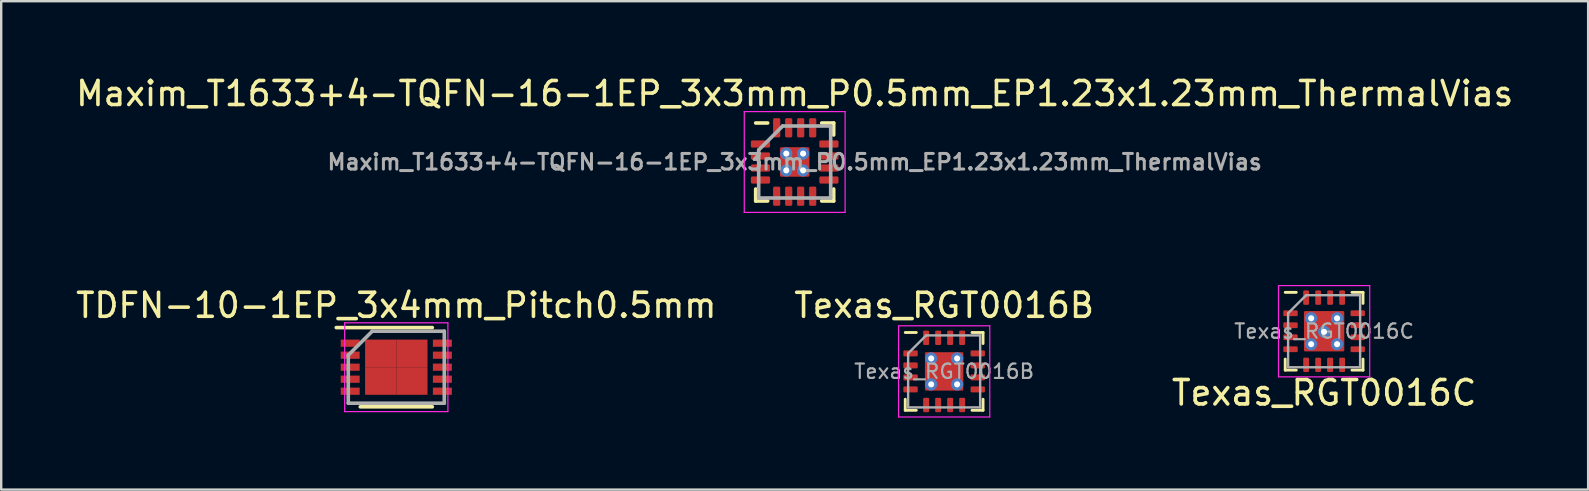
<source format=kicad_pcb>
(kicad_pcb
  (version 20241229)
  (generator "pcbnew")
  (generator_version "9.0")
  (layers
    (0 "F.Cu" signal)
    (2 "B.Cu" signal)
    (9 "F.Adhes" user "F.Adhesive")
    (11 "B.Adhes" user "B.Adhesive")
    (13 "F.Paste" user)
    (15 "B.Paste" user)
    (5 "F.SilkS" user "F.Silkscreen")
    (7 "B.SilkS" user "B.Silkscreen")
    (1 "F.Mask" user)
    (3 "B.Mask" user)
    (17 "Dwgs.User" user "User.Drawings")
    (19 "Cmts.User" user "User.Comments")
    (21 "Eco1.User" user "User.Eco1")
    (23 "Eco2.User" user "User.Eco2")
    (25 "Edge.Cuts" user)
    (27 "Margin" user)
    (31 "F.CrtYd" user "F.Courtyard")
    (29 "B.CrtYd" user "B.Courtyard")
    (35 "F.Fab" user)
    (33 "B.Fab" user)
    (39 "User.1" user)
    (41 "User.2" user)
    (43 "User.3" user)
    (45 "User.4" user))
  (footprint "Maxim_T1633+4-TQFN-16-1EP_3x3mm_P0.5mm_EP1.23x1.23mm_ThermalVias"
    (layer "F.Cu")
    (at 30.054 3.698)
    (property "Reference" "Maxim_T1633+4-TQFN-16-1EP_3x3mm_P0.5mm_EP1.23x1.23mm_ThermalVias" (at 0 -2.85 0) (layer "F.SilkS") (effects (font (size 1 1) (thickness 0.15))))
    (attr smd)
    (fp_line (start -1.625 -1.625) (end -1.125 -1.625) (stroke (width 0.15) (type solid)) (layer "F.SilkS"))
    (fp_line (start -1.625 1.625) (end -1.625 1.125) (stroke (width 0.15) (type solid)) (layer "F.SilkS"))
    (fp_line (start -1.625 1.625) (end -1.125 1.625) (stroke (width 0.15) (type solid)) (layer "F.SilkS"))
    (fp_line (start 1.625 -1.625) (end 1.125 -1.625) (stroke (width 0.15) (type solid)) (layer "F.SilkS"))
    (fp_line (start 1.625 -1.625) (end 1.625 -1.125) (stroke (width 0.15) (type solid)) (layer "F.SilkS"))
    (fp_line (start 1.625 1.625) (end 1.125 1.625) (stroke (width 0.15) (type solid)) (layer "F.SilkS"))
    (fp_line (start 1.625 1.625) (end 1.625 1.125) (stroke (width 0.15) (type solid)) (layer "F.SilkS"))
    (fp_line (start -2.1 -2.1) (end -2.1 2.1) (stroke (width 0.05) (type solid)) (layer "F.CrtYd"))
    (fp_line (start -2.1 -2.1) (end 2.1 -2.1) (stroke (width 0.05) (type solid)) (layer "F.CrtYd"))
    (fp_line (start -2.1 2.1) (end 2.1 2.1) (stroke (width 0.05) (type solid)) (layer "F.CrtYd"))
    (fp_line (start 2.1 -2.1) (end 2.1 2.1) (stroke (width 0.05) (type solid)) (layer "F.CrtYd"))
    (fp_line (start -1.5 -0.5) (end -0.5 -1.5) (stroke (width 0.15) (type solid)) (layer "F.Fab"))
    (fp_line (start -1.5 1.5) (end -1.5 -0.5) (stroke (width 0.15) (type solid)) (layer "F.Fab"))
    (fp_line (start -0.5 -1.5) (end 1.5 -1.5) (stroke (width 0.15) (type solid)) (layer "F.Fab"))
    (fp_line (start 1.5 -1.5) (end 1.5 1.5) (stroke (width 0.15) (type solid)) (layer "F.Fab"))
    (fp_line (start 1.5 1.5) (end -1.5 1.5) (stroke (width 0.15) (type solid)) (layer "F.Fab"))
    (fp_text user "${REFERENCE}" (at 0 0 0) (layer "F.Fab") (effects (font (size 0.65 0.65) (thickness 0.125))))
    (pad "" smd roundrect (at -0.307 -0.307) (size 0.465 0.465) (layers "F.Paste") (roundrect_rratio 0.05))
    (pad "" smd roundrect (at -0.307 0.307) (size 0.465 0.465) (layers "F.Paste") (roundrect_rratio 0.05))
    (pad "" smd roundrect (at 0.307 -0.307) (size 0.465 0.465) (layers "F.Paste") (roundrect_rratio 0.05))
    (pad "" smd roundrect (at 0.307 0.307) (size 0.465 0.465) (layers "F.Paste") (roundrect_rratio 0.05))
    (pad "1" smd roundrect (at -1.425 -0.75) (size 0.8 0.3) (layers "F.Cu" "F.Mask" "F.Paste") (roundrect_rratio 0.2))
    (pad "2" smd roundrect (at -1.425 -0.25) (size 0.8 0.3) (layers "F.Cu" "F.Mask" "F.Paste") (roundrect_rratio 0.2))
    (pad "3" smd roundrect (at -1.425 0.25) (size 0.8 0.3) (layers "F.Cu" "F.Mask" "F.Paste") (roundrect_rratio 0.2))
    (pad "4" smd roundrect (at -1.425 0.75) (size 0.8 0.3) (layers "F.Cu" "F.Mask" "F.Paste") (roundrect_rratio 0.2))
    (pad "5" smd roundrect (at -0.75 1.425 90) (size 0.8 0.3) (layers "F.Cu" "F.Mask" "F.Paste") (roundrect_rratio 0.2))
    (pad "6" smd roundrect (at -0.25 1.425 90) (size 0.8 0.3) (layers "F.Cu" "F.Mask" "F.Paste") (roundrect_rratio 0.2))
    (pad "7" smd roundrect (at 0.25 1.425 90) (size 0.8 0.3) (layers "F.Cu" "F.Mask" "F.Paste") (roundrect_rratio 0.2))
    (pad "8" smd roundrect (at 0.75 1.425 90) (size 0.8 0.3) (layers "F.Cu" "F.Mask" "F.Paste") (roundrect_rratio 0.2))
    (pad "9" smd roundrect (at 1.425 0.75) (size 0.8 0.3) (layers "F.Cu" "F.Mask" "F.Paste") (roundrect_rratio 0.2))
    (pad "10" smd roundrect (at 1.425 0.25) (size 0.8 0.3) (layers "F.Cu" "F.Mask" "F.Paste") (roundrect_rratio 0.2))
    (pad "11" smd roundrect (at 1.425 -0.25) (size 0.8 0.3) (layers "F.Cu" "F.Mask" "F.Paste") (roundrect_rratio 0.2))
    (pad "12" smd roundrect (at 1.425 -0.75) (size 0.8 0.3) (layers "F.Cu" "F.Mask" "F.Paste") (roundrect_rratio 0.2))
    (pad "13" smd roundrect (at 0.75 -1.425 90) (size 0.8 0.3) (layers "F.Cu" "F.Mask" "F.Paste") (roundrect_rratio 0.2))
    (pad "14" smd roundrect (at 0.25 -1.425 90) (size 0.8 0.3) (layers "F.Cu" "F.Mask" "F.Paste") (roundrect_rratio 0.2))
    (pad "15" smd roundrect (at -0.25 -1.425 90) (size 0.8 0.3) (layers "F.Cu" "F.Mask" "F.Paste") (roundrect_rratio 0.2))
    (pad "16" smd roundrect (at -0.75 -1.425 90) (size 0.8 0.3) (layers "F.Cu" "F.Mask" "F.Paste") (roundrect_rratio 0.2))
    (pad "17" thru_hole circle (at -0.35 -0.35) (size 0.508 0.508) (drill 0.254) (layers "*.Cu"))
    (pad "17" thru_hole circle (at -0.35 0.35) (size 0.508 0.508) (drill 0.254) (layers "*.Cu"))
    (pad "17" smd roundrect (at 0 0) (size 1.23 1.23) (layers "F.Cu" "F.Mask") (roundrect_rratio 0.05))
    (pad "17" thru_hole circle (at 0.35 -0.35) (size 0.508 0.508) (drill 0.254) (layers "*.Cu"))
    (pad "17" thru_hole circle (at 0.35 0.35) (size 0.508 0.508) (drill 0.254) (layers "*.Cu")))
  (footprint "TDFN-10-1EP_3x4mm_Pitch0.5mm"
    (layer "F.Cu")
    (at 13.458 12.246)
    (property "Reference" "TDFN-10-1EP_3x4mm_Pitch0.5mm" (at 0 -2.575 0) (layer "F.SilkS") (effects (font (size 1 1) (thickness 0.15))))
    (attr smd)
    (fp_line (start -2.5 -1.65) (end 1.5 -1.65) (stroke (width 0.15) (type solid)) (layer "F.SilkS"))
    (fp_line (start -1.5 1.65) (end 1.5 1.65) (stroke (width 0.15) (type solid)) (layer "F.SilkS"))
    (fp_line (start -2.15 -1.85) (end -2.15 1.85) (stroke (width 0.05) (type solid)) (layer "F.CrtYd"))
    (fp_line (start -2.15 -1.85) (end 2.15 -1.85) (stroke (width 0.05) (type solid)) (layer "F.CrtYd"))
    (fp_line (start -2.15 1.85) (end 2.15 1.85) (stroke (width 0.05) (type solid)) (layer "F.CrtYd"))
    (fp_line (start 2.15 -1.85) (end 2.15 1.85) (stroke (width 0.05) (type solid)) (layer "F.CrtYd"))
    (fp_line (start -2 -0.5) (end -1 -1.5) (stroke (width 0.15) (type solid)) (layer "F.Fab"))
    (fp_line (start -2 1.5) (end -2 -0.5) (stroke (width 0.15) (type solid)) (layer "F.Fab"))
    (fp_line (start -1 -1.5) (end 2 -1.5) (stroke (width 0.15) (type solid)) (layer "F.Fab"))
    (fp_line (start 2 -1.5) (end 2 1.5) (stroke (width 0.15) (type solid)) (layer "F.Fab"))
    (fp_line (start 2 1.5) (end -2 1.5) (stroke (width 0.15) (type solid)) (layer "F.Fab"))
    (pad "1" smd rect (at -1.92 -1) (size 0.79 0.3) (layers "F.Cu" "F.Mask" "F.Paste"))
    (pad "2" smd rect (at -1.92 -0.5) (size 0.79 0.3) (layers "F.Cu" "F.Mask" "F.Paste"))
    (pad "3" smd rect (at -1.92 0) (size 0.79 0.3) (layers "F.Cu" "F.Mask" "F.Paste"))
    (pad "4" smd rect (at -1.92 0.5) (size 0.79 0.3) (layers "F.Cu" "F.Mask" "F.Paste"))
    (pad "5" smd rect (at -1.92 1) (size 0.79 0.3) (layers "F.Cu" "F.Mask" "F.Paste"))
    (pad "6" smd rect (at 1.92 1) (size 0.79 0.3) (layers "F.Cu" "F.Mask" "F.Paste"))
    (pad "7" smd rect (at 1.92 0.5) (size 0.79 0.3) (layers "F.Cu" "F.Mask" "F.Paste"))
    (pad "8" smd rect (at 1.92 0) (size 0.79 0.3) (layers "F.Cu" "F.Mask" "F.Paste"))
    (pad "9" smd rect (at 1.92 -0.5) (size 0.79 0.3) (layers "F.Cu" "F.Mask" "F.Paste"))
    (pad "10" smd rect (at 1.92 -1) (size 0.79 0.3) (layers "F.Cu" "F.Mask" "F.Paste"))
    (pad "11" smd rect (at -0.65 -0.575) (size 1.3 1.15) (layers "F.Cu" "F.Mask" "F.Paste"))
    (pad "11" smd rect (at -0.65 0.575) (size 1.3 1.15) (layers "F.Cu" "F.Mask" "F.Paste"))
    (pad "11" smd rect (at 0.65 -0.575) (size 1.3 1.15) (layers "F.Cu" "F.Mask" "F.Paste"))
    (pad "11" smd rect (at 0.65 0.575) (size 1.3 1.15) (layers "F.Cu" "F.Mask" "F.Paste")))
  (footprint "Texas_RGT0016C"
    (layer "F.Cu")
    (at 52.108 10.748)
    (property "Reference" "Texas_RGT0016C" (at 0 2.565 0) (layer "F.SilkS") (effects (font (size 1.016 1.016) (thickness 0.152))))
    (attr smd)
    (fp_line (start -1.62 1.62) (end -1.62 1.16) (stroke (width 0.12) (type solid)) (layer "F.SilkS"))
    (fp_line (start -1.16 -1.62) (end -1.62 -1.62) (stroke (width 0.12) (type solid)) (layer "F.SilkS"))
    (fp_line (start -1.16 1.62) (end -1.62 1.62) (stroke (width 0.12) (type solid)) (layer "F.SilkS"))
    (fp_line (start 1.16 -1.62) (end 1.62 -1.62) (stroke (width 0.12) (type solid)) (layer "F.SilkS"))
    (fp_line (start 1.16 1.62) (end 1.62 1.62) (stroke (width 0.12) (type solid)) (layer "F.SilkS"))
    (fp_line (start 1.62 -1.62) (end 1.62 -1.16) (stroke (width 0.12) (type solid)) (layer "F.SilkS"))
    (fp_line (start 1.62 1.62) (end 1.62 1.16) (stroke (width 0.12) (type solid)) (layer "F.SilkS"))
    (fp_line (start -1.9 -1.9) (end -1.9 1.9) (stroke (width 0.05) (type solid)) (layer "F.CrtYd"))
    (fp_line (start -1.9 1.9) (end 1.9 1.9) (stroke (width 0.05) (type solid)) (layer "F.CrtYd"))
    (fp_line (start 1.9 -1.9) (end -1.9 -1.9) (stroke (width 0.05) (type solid)) (layer "F.CrtYd"))
    (fp_line (start 1.9 1.9) (end 1.9 -1.9) (stroke (width 0.05) (type solid)) (layer "F.CrtYd"))
    (fp_line (start -1.5 -0.75) (end -1.5 1.5) (stroke (width 0.1) (type solid)) (layer "F.Fab"))
    (fp_line (start -1.5 1.5) (end 1.5 1.5) (stroke (width 0.1) (type solid)) (layer "F.Fab"))
    (fp_line (start -0.75 -1.5) (end -1.5 -0.75) (stroke (width 0.1) (type solid)) (layer "F.Fab"))
    (fp_line (start 1.5 -1.5) (end -0.75 -1.5) (stroke (width 0.1) (type solid)) (layer "F.Fab"))
    (fp_line (start 1.5 1.5) (end 1.5 -1.5) (stroke (width 0.1) (type solid)) (layer "F.Fab"))
    (fp_text user "${REFERENCE}" (at 0 0 0) (layer "F.Fab") (effects (font (size 0.6 0.6) (thickness 0.09))))
    (pad "1" smd roundrect (at -1.4 -0.75) (size 0.6 0.24) (layers "F.Cu" "F.Mask" "F.Paste") (roundrect_rratio 0.2))
    (pad "2" smd roundrect (at -1.4 -0.25) (size 0.6 0.24) (layers "F.Cu" "F.Mask" "F.Paste") (roundrect_rratio 0.2))
    (pad "3" smd roundrect (at -1.4 0.25) (size 0.6 0.24) (layers "F.Cu" "F.Mask" "F.Paste") (roundrect_rratio 0.2))
    (pad "4" smd roundrect (at -1.4 0.75) (size 0.6 0.24) (layers "F.Cu" "F.Mask" "F.Paste") (roundrect_rratio 0.2))
    (pad "5" smd roundrect (at -0.75 1.4) (size 0.24 0.6) (layers "F.Cu" "F.Mask" "F.Paste") (roundrect_rratio 0.2))
    (pad "6" smd roundrect (at -0.25 1.4) (size 0.24 0.6) (layers "F.Cu" "F.Mask" "F.Paste") (roundrect_rratio 0.2))
    (pad "7" smd roundrect (at 0.25 1.4) (size 0.25 0.6) (layers "F.Cu" "F.Mask" "F.Paste") (roundrect_rratio 0.2))
    (pad "8" smd roundrect (at 0.75 1.4) (size 0.24 0.6) (layers "F.Cu" "F.Mask" "F.Paste") (roundrect_rratio 0.2))
    (pad "9" smd roundrect (at 1.4 0.75) (size 0.6 0.24) (layers "F.Cu" "F.Mask" "F.Paste") (roundrect_rratio 0.2))
    (pad "10" smd roundrect (at 1.4 0.25) (size 0.6 0.24) (layers "F.Cu" "F.Mask" "F.Paste") (roundrect_rratio 0.2))
    (pad "11" smd roundrect (at 1.4 -0.25) (size 0.6 0.24) (layers "F.Cu" "F.Mask" "F.Paste") (roundrect_rratio 0.2))
    (pad "12" smd roundrect (at 1.4 -0.75) (size 0.6 0.24) (layers "F.Cu" "F.Mask" "F.Paste") (roundrect_rratio 0.2))
    (pad "13" smd roundrect (at 0.75 -1.4) (size 0.24 0.6) (layers "F.Cu" "F.Mask" "F.Paste") (roundrect_rratio 0.2))
    (pad "14" smd roundrect (at 0.25 -1.4) (size 0.24 0.6) (layers "F.Cu" "F.Mask" "F.Paste") (roundrect_rratio 0.2))
    (pad "15" smd roundrect (at -0.25 -1.4) (size 0.24 0.6) (layers "F.Cu" "F.Mask" "F.Paste") (roundrect_rratio 0.2))
    (pad "16" smd roundrect (at -0.75 -1.4) (size 0.24 0.6) (layers "F.Cu" "F.Mask" "F.Paste") (roundrect_rratio 0.2))
    (pad "17" thru_hole circle (at -0.54 -0.54) (size 0.508 0.508) (drill 0.254) (layers "*.Cu" "F.Mask"))
    (pad "17" thru_hole circle (at -0.54 0.54) (size 0.508 0.508) (drill 0.254) (layers "*.Cu" "F.Mask"))
    (pad "17" smd roundrect (at 0 0) (size 1.68 1.68) (layers "F.Cu" "F.Mask" "F.Paste") (roundrect_rratio 0.031))
    (pad "17" thru_hole circle (at 0 0.025) (size 0.508 0.508) (drill 0.254) (layers "*.Cu" "F.Mask"))
    (pad "17" thru_hole circle (at 0.54 -0.54) (size 0.508 0.508) (drill 0.254) (layers "*.Cu" "F.Mask"))
    (pad "17" thru_hole circle (at 0.54 0.54) (size 0.508 0.508) (drill 0.254) (layers "*.Cu" "F.Mask")))
  (footprint "Texas_RGT0016B"
    (layer "F.Cu")
    (at 36.28 12.421)
    (property "Reference" "Texas_RGT0016B" (at 0 -2.75 0) (layer "F.SilkS") (effects (font (size 1 1) (thickness 0.15))))
    (attr smd)
    (fp_line (start -1.62 1.62) (end -1.62 1.16) (stroke (width 0.12) (type solid)) (layer "F.SilkS"))
    (fp_line (start -1.16 -1.62) (end -1.62 -1.62) (stroke (width 0.12) (type solid)) (layer "F.SilkS"))
    (fp_line (start -1.16 1.62) (end -1.62 1.62) (stroke (width 0.12) (type solid)) (layer "F.SilkS"))
    (fp_line (start 1.16 -1.62) (end 1.62 -1.62) (stroke (width 0.12) (type solid)) (layer "F.SilkS"))
    (fp_line (start 1.16 1.62) (end 1.62 1.62) (stroke (width 0.12) (type solid)) (layer "F.SilkS"))
    (fp_line (start 1.62 -1.62) (end 1.62 -1.16) (stroke (width 0.12) (type solid)) (layer "F.SilkS"))
    (fp_line (start 1.62 1.62) (end 1.62 1.16) (stroke (width 0.12) (type solid)) (layer "F.SilkS"))
    (fp_line (start -1.9 -1.9) (end -1.9 1.9) (stroke (width 0.05) (type solid)) (layer "F.CrtYd"))
    (fp_line (start -1.9 1.9) (end 1.9 1.9) (stroke (width 0.05) (type solid)) (layer "F.CrtYd"))
    (fp_line (start 1.9 -1.9) (end -1.9 -1.9) (stroke (width 0.05) (type solid)) (layer "F.CrtYd"))
    (fp_line (start 1.9 1.9) (end 1.9 -1.9) (stroke (width 0.05) (type solid)) (layer "F.CrtYd"))
    (fp_line (start -1.5 -0.75) (end -1.5 1.5) (stroke (width 0.1) (type solid)) (layer "F.Fab"))
    (fp_line (start -1.5 1.5) (end 1.5 1.5) (stroke (width 0.1) (type solid)) (layer "F.Fab"))
    (fp_line (start -0.75 -1.5) (end -1.5 -0.75) (stroke (width 0.1) (type solid)) (layer "F.Fab"))
    (fp_line (start 1.5 -1.5) (end -0.75 -1.5) (stroke (width 0.1) (type solid)) (layer "F.Fab"))
    (fp_line (start 1.5 1.5) (end 1.5 -1.5) (stroke (width 0.1) (type solid)) (layer "F.Fab"))
    (fp_text user "${REFERENCE}" (at 0 0 0) (layer "F.Fab") (effects (font (size 0.6 0.6) (thickness 0.09))))
    (pad "" smd rect (at -0.438 -0.438) (size 0.65 0.65) (layers "F.Paste"))
    (pad "" smd rect (at -0.438 0.438) (size 0.65 0.65) (layers "F.Paste"))
    (pad "" smd rect (at 0.438 -0.438) (size 0.65 0.65) (layers "F.Paste"))
    (pad "" smd rect (at 0.438 0.438) (size 0.65 0.65) (layers "F.Paste"))
    (pad "1" smd roundrect (at -1.4 -0.75) (size 0.6 0.25) (layers "F.Cu" "F.Mask" "F.Paste") (roundrect_rratio 0.2))
    (pad "2" smd roundrect (at -1.4 -0.25) (size 0.6 0.25) (layers "F.Cu" "F.Mask" "F.Paste") (roundrect_rratio 0.2))
    (pad "3" smd roundrect (at -1.4 0.25) (size 0.6 0.25) (layers "F.Cu" "F.Mask" "F.Paste") (roundrect_rratio 0.2))
    (pad "4" smd roundrect (at -1.4 0.75) (size 0.6 0.25) (layers "F.Cu" "F.Mask" "F.Paste") (roundrect_rratio 0.2))
    (pad "5" smd roundrect (at -0.75 1.4) (size 0.25 0.6) (layers "F.Cu" "F.Mask" "F.Paste") (roundrect_rratio 0.2))
    (pad "6" smd roundrect (at -0.25 1.4) (size 0.25 0.6) (layers "F.Cu" "F.Mask" "F.Paste") (roundrect_rratio 0.2))
    (pad "7" smd roundrect (at 0.25 1.4) (size 0.25 0.6) (layers "F.Cu" "F.Mask" "F.Paste") (roundrect_rratio 0.2))
    (pad "8" smd roundrect (at 0.75 1.4) (size 0.25 0.6) (layers "F.Cu" "F.Mask" "F.Paste") (roundrect_rratio 0.2))
    (pad "9" smd roundrect (at 1.4 0.75) (size 0.6 0.25) (layers "F.Cu" "F.Mask" "F.Paste") (roundrect_rratio 0.2))
    (pad "10" smd roundrect (at 1.4 0.25) (size 0.6 0.25) (layers "F.Cu" "F.Mask" "F.Paste") (roundrect_rratio 0.2))
    (pad "11" smd roundrect (at 1.4 -0.25) (size 0.6 0.25) (layers "F.Cu" "F.Mask" "F.Paste") (roundrect_rratio 0.2))
    (pad "12" smd roundrect (at 1.4 -0.75) (size 0.6 0.25) (layers "F.Cu" "F.Mask" "F.Paste") (roundrect_rratio 0.2))
    (pad "13" smd roundrect (at 0.75 -1.4) (size 0.25 0.6) (layers "F.Cu" "F.Mask" "F.Paste") (roundrect_rratio 0.2))
    (pad "14" smd roundrect (at 0.25 -1.4) (size 0.25 0.6) (layers "F.Cu" "F.Mask" "F.Paste") (roundrect_rratio 0.2))
    (pad "15" smd roundrect (at -0.25 -1.4) (size 0.25 0.6) (layers "F.Cu" "F.Mask" "F.Paste") (roundrect_rratio 0.2))
    (pad "16" smd roundrect (at -0.75 -1.4) (size 0.25 0.6) (layers "F.Cu" "F.Mask" "F.Paste") (roundrect_rratio 0.2))
    (pad "17" thru_hole circle (at -0.54 -0.54) (size 0.508 0.508) (drill 0.254) (layers "*.Cu" "*.Mask"))
    (pad "17" thru_hole circle (at -0.54 0.54) (size 0.508 0.508) (drill 0.254) (layers "*.Cu" "*.Mask"))
    (pad "17" smd roundrect (at 0 0) (size 1.6 1.6) (layers "F.Cu" "F.Mask") (roundrect_rratio 0.031))
    (pad "17" thru_hole circle (at 0.54 -0.54) (size 0.508 0.508) (drill 0.254) (layers "*.Cu" "*.Mask"))
    (pad "17" thru_hole circle (at 0.54 0.54) (size 0.508 0.508) (drill 0.254) (layers "*.Cu" "*.Mask")))
  (gr_rect
    (start -3 -3)
    (end 63.107 17.346)
    (stroke (width 0.1) (type default))
    (fill no)
    (layer "Edge.Cuts")))
</source>
